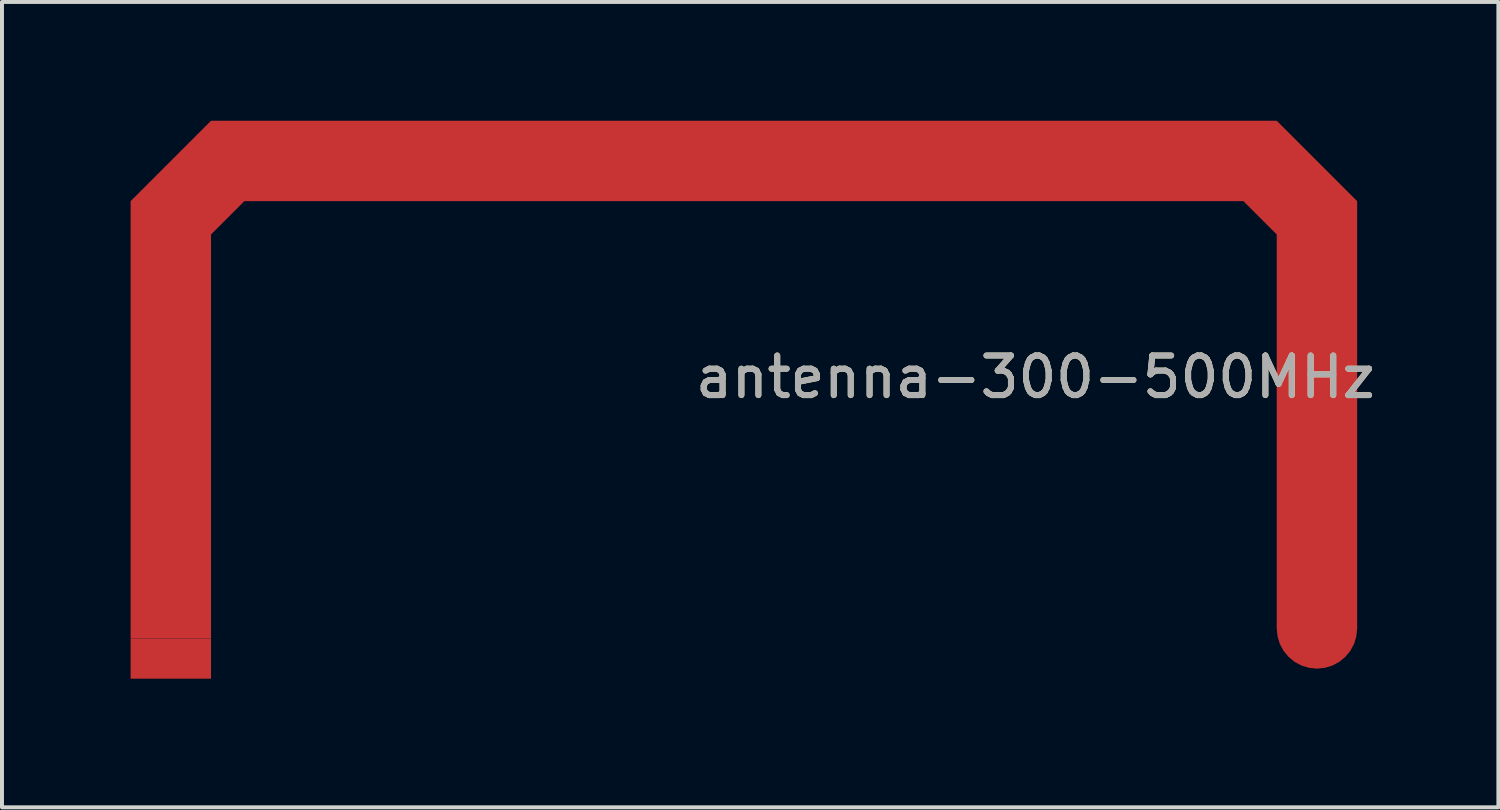
<source format=kicad_pcb>
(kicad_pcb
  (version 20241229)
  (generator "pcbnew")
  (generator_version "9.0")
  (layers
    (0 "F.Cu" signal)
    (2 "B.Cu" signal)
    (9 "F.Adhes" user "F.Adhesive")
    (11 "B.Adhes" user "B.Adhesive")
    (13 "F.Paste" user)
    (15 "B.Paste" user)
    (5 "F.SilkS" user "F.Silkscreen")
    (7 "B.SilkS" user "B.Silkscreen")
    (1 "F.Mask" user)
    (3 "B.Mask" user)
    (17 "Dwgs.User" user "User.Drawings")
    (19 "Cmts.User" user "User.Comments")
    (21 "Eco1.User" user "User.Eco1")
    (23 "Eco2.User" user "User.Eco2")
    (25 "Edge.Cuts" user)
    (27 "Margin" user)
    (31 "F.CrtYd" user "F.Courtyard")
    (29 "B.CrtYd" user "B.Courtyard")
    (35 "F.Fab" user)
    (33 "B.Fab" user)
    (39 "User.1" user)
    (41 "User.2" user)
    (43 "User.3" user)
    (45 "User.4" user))
  (footprint "antenna-300-500MHz"
    (layer "F.Cu")
    (at 0.25 14.097)
    (property "Reference" "antenna-300-500MHz" (at 22.86 -7.62 0) (layer "F.SilkS") (effects (font (size 1 1) (thickness 0.15))))
    (attr smd)
    (fp_text user "${REFERENCE}" (at 22.86 -7.62 0) (layer "F.Fab") (effects (font (size 1 1) (thickness 0.15))))
    (pad "1" smd custom (at 29.972 -1.27) (size 1.27 1.27) (layers "F.Cu" "F.Mask") (options (anchor circle)) (primitives (gr_poly (pts (xy -29.972 -10.795) (xy -27.94 -12.827) (xy -1.016 -12.827) (xy 1.016 -10.795) (xy 1.016 0) (xy 0.996 0.198) (xy 0.939 0.389) (xy 0.845 0.564) (xy 0.718 0.718) (xy 0.564 0.845) (xy 0.389 0.939) (xy 0.198 0.996) (xy 0 1.016) (xy -0.198 0.996) (xy -0.389 0.939) (xy -0.564 0.845) (xy -0.718 0.718) (xy -0.845 0.564) (xy -0.939 0.389) (xy -0.996 0.198) (xy -1.016 0) (xy -1.016 -9.953) (xy -1.858 -10.795) (xy -27.098 -10.795) (xy -27.94 -9.953) (xy -27.94 0.254) (xy -29.972 0.254)) (width 0) (fill yes))))
    (pad "2" smd rect (at 1.016 -0.508) (size 2.032 1.016) (layers "F.Cu" "F.Mask" "F.Paste")))
  (gr_rect
    (start -3 -3)
    (end 34.806 17.347)
    (stroke (width 0.1) (type default))
    (fill no)
    (layer "Edge.Cuts")))
</source>
